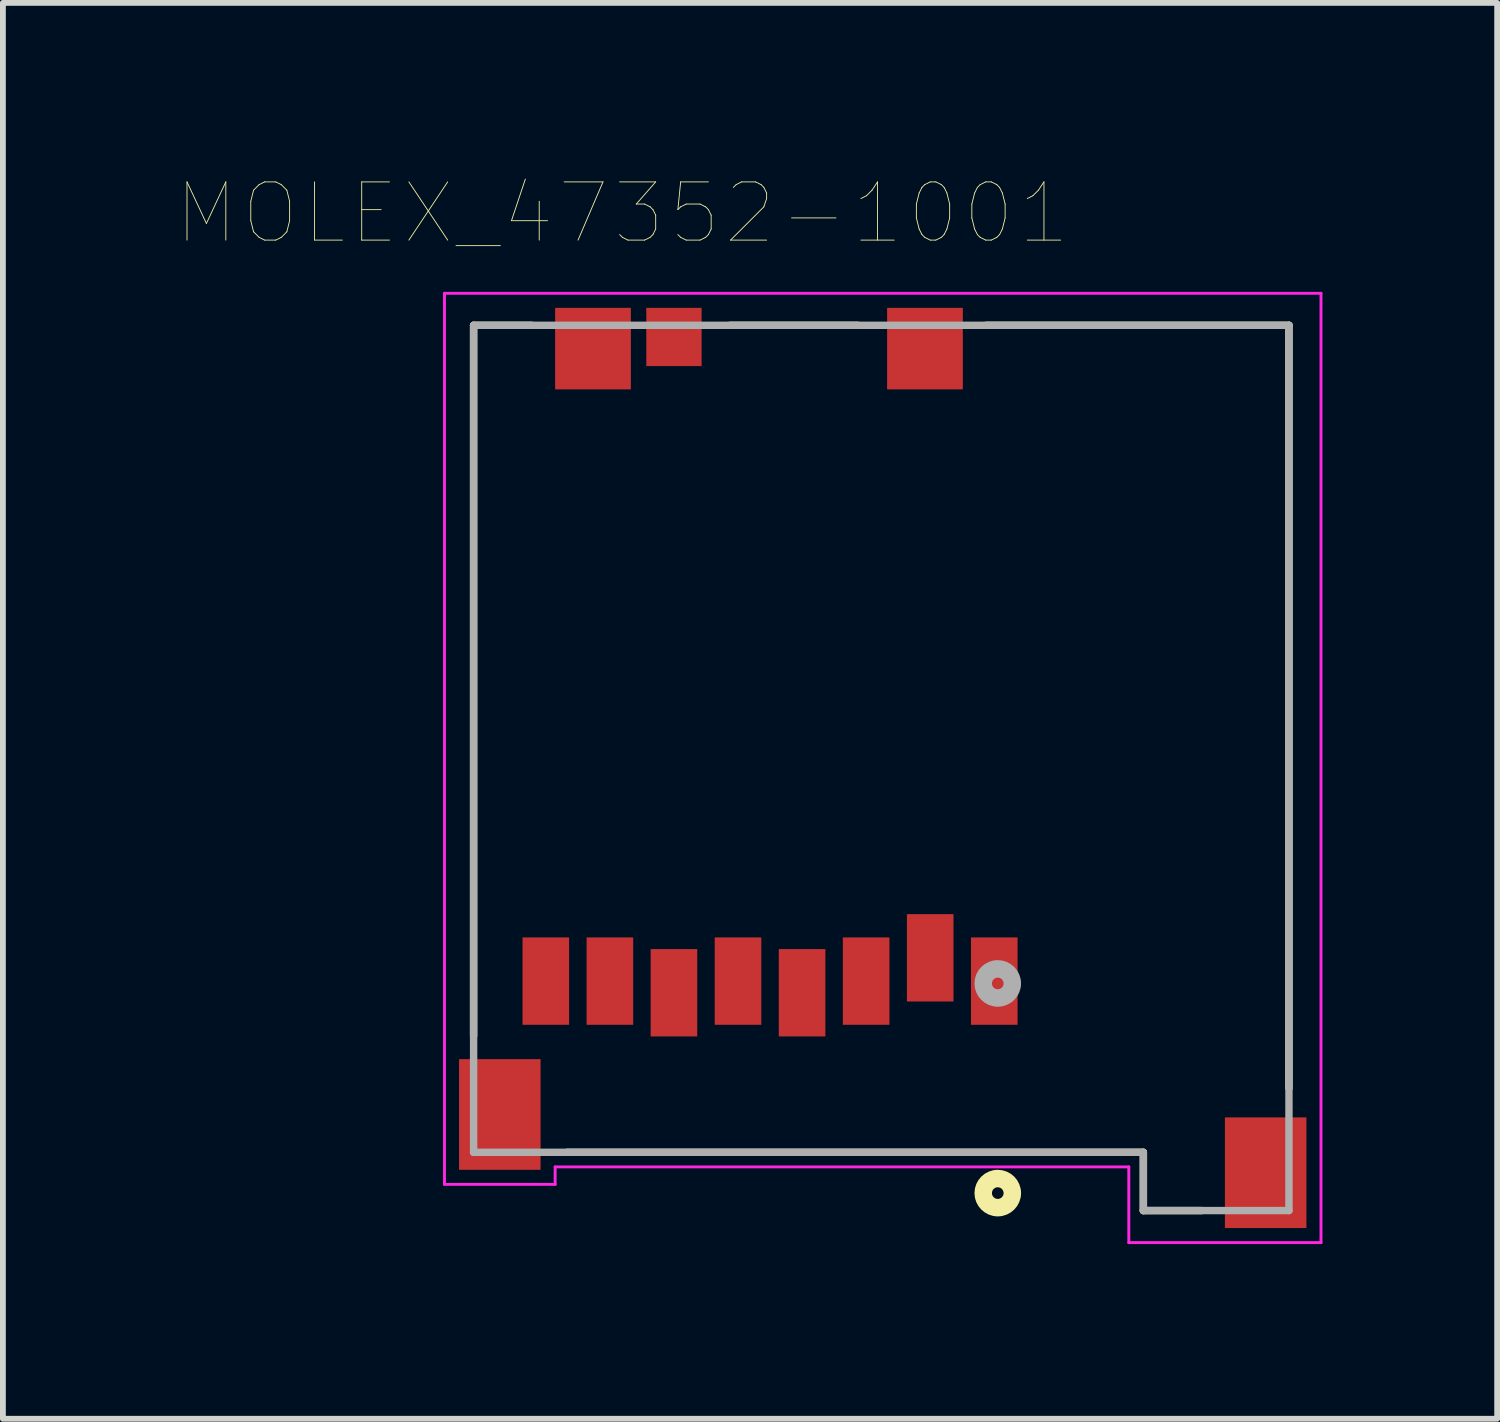
<source format=kicad_pcb>
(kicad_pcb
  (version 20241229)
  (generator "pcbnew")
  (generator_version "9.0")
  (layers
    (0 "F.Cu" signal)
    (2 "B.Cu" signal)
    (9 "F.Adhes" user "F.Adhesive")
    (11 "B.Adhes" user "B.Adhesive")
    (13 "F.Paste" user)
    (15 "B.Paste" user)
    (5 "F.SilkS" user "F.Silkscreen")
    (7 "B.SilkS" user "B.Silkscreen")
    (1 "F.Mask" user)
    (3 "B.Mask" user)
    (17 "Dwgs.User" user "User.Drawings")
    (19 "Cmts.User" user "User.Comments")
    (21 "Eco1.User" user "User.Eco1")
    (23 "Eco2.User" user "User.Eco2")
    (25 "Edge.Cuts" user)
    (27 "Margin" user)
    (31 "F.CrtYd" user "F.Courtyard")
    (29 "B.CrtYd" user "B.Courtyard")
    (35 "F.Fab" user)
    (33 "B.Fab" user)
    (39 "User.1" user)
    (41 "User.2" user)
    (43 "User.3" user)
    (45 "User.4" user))
  (footprint "MOLEX_47352-1001"
    (layer "F.Cu")
    (at 12.082 10.136)
    (property "Reference" "MOLEX_47352-1001" (at -4.445 -9.525 0) (layer "F.SilkS") (effects (font (size 1 1) (thickness 0.015))))
    (attr through_hole)
    (fp_line (start -7 -7.6) (end -7 4.6) (stroke (width 0.127) (type solid)) (layer "F.SilkS"))
    (fp_line (start -6 -7.6) (end -7 -7.6) (stroke (width 0.127) (type solid)) (layer "F.SilkS"))
    (fp_line (start -5.4 6.6) (end 4.5 6.6) (stroke (width 0.127) (type solid)) (layer "F.SilkS"))
    (fp_line (start -2.6 -7.6) (end -0.4 -7.6) (stroke (width 0.127) (type solid)) (layer "F.SilkS"))
    (fp_line (start 4.5 6.6) (end 4.5 7.6) (stroke (width 0.127) (type solid)) (layer "F.SilkS"))
    (fp_line (start 4.5 7.6) (end 5.5 7.6) (stroke (width 0.127) (type solid)) (layer "F.SilkS"))
    (fp_line (start 7 -7.6) (end 1.8 -7.6) (stroke (width 0.127) (type solid)) (layer "F.SilkS"))
    (fp_line (start 7 5.5) (end 7 -7.6) (stroke (width 0.127) (type solid)) (layer "F.SilkS"))
    (fp_circle (center 2 7.3) (end 2.1 7.3) (stroke (width 0.3) (type solid)) (fill no) (layer "F.SilkS"))
    (fp_line (start -7.5 -8.15) (end 7.55 -8.15) (stroke (width 0.05) (type solid)) (layer "F.CrtYd"))
    (fp_line (start -7.5 7.15) (end -7.5 -8.15) (stroke (width 0.05) (type solid)) (layer "F.CrtYd"))
    (fp_line (start -5.6 6.85) (end -5.6 7.15) (stroke (width 0.05) (type solid)) (layer "F.CrtYd"))
    (fp_line (start -5.6 7.15) (end -7.5 7.15) (stroke (width 0.05) (type solid)) (layer "F.CrtYd"))
    (fp_line (start 4.25 6.85) (end -5.6 6.85) (stroke (width 0.05) (type solid)) (layer "F.CrtYd"))
    (fp_line (start 4.25 8.15) (end 4.25 6.85) (stroke (width 0.05) (type solid)) (layer "F.CrtYd"))
    (fp_line (start 7.55 -8.15) (end 7.55 8.15) (stroke (width 0.05) (type solid)) (layer "F.CrtYd"))
    (fp_line (start 7.55 8.15) (end 4.25 8.15) (stroke (width 0.05) (type solid)) (layer "F.CrtYd"))
    (fp_line (start -7 -7.6) (end 7 -7.6) (stroke (width 0.127) (type solid)) (layer "F.Fab"))
    (fp_line (start -7 6.6) (end -7 -7.6) (stroke (width 0.127) (type solid)) (layer "F.Fab"))
    (fp_line (start 4.5 6.6) (end -7 6.6) (stroke (width 0.127) (type solid)) (layer "F.Fab"))
    (fp_line (start 4.5 7.6) (end 4.5 6.6) (stroke (width 0.127) (type solid)) (layer "F.Fab"))
    (fp_line (start 7 -7.6) (end 7 7.6) (stroke (width 0.127) (type solid)) (layer "F.Fab"))
    (fp_line (start 7 7.6) (end 4.5 7.6) (stroke (width 0.127) (type solid)) (layer "F.Fab"))
    (fp_circle (center 2 3.7) (end 2.1 3.7) (stroke (width 0.3) (type solid)) (fill no) (layer "F.Fab"))
    (pad "1" smd rect (at 1.94 3.66) (size 0.8 1.5) (layers "F.Cu" "F.Mask" "F.Paste"))
    (pad "2" smd rect (at 0.84 3.26) (size 0.8 1.5) (layers "F.Cu" "F.Mask" "F.Paste"))
    (pad "3" smd rect (at -0.26 3.66) (size 0.8 1.5) (layers "F.Cu" "F.Mask" "F.Paste"))
    (pad "4" smd rect (at -1.36 3.86) (size 0.8 1.5) (layers "F.Cu" "F.Mask" "F.Paste"))
    (pad "5" smd rect (at -2.46 3.66) (size 0.8 1.5) (layers "F.Cu" "F.Mask" "F.Paste"))
    (pad "6" smd rect (at -3.56 3.86) (size 0.8 1.5) (layers "F.Cu" "F.Mask" "F.Paste"))
    (pad "7" smd rect (at -4.66 3.66) (size 0.8 1.5) (layers "F.Cu" "F.Mask" "F.Paste"))
    (pad "8" smd rect (at -5.76 3.66) (size 0.8 1.5) (layers "F.Cu" "F.Mask" "F.Paste"))
    (pad "S1" smd rect (at -4.95 -7.2) (size 1.3 1.4) (layers "F.Cu" "F.Mask" "F.Paste"))
    (pad "S2" smd rect (at 0.75 -7.2) (size 1.3 1.4) (layers "F.Cu" "F.Mask" "F.Paste"))
    (pad "S3" smd rect (at -6.55 5.95) (size 1.4 1.9) (layers "F.Cu" "F.Mask" "F.Paste"))
    (pad "S4" smd rect (at 6.6 6.95) (size 1.4 1.9) (layers "F.Cu" "F.Mask" "F.Paste"))
    (pad "SW" smd rect (at -3.56 -7.4) (size 0.95 1) (layers "F.Cu" "F.Mask" "F.Paste")))
  (gr_rect
    (start -3 -3)
    (end 22.657 21.311)
    (stroke (width 0.1) (type default))
    (fill no)
    (layer "Edge.Cuts")))
</source>
